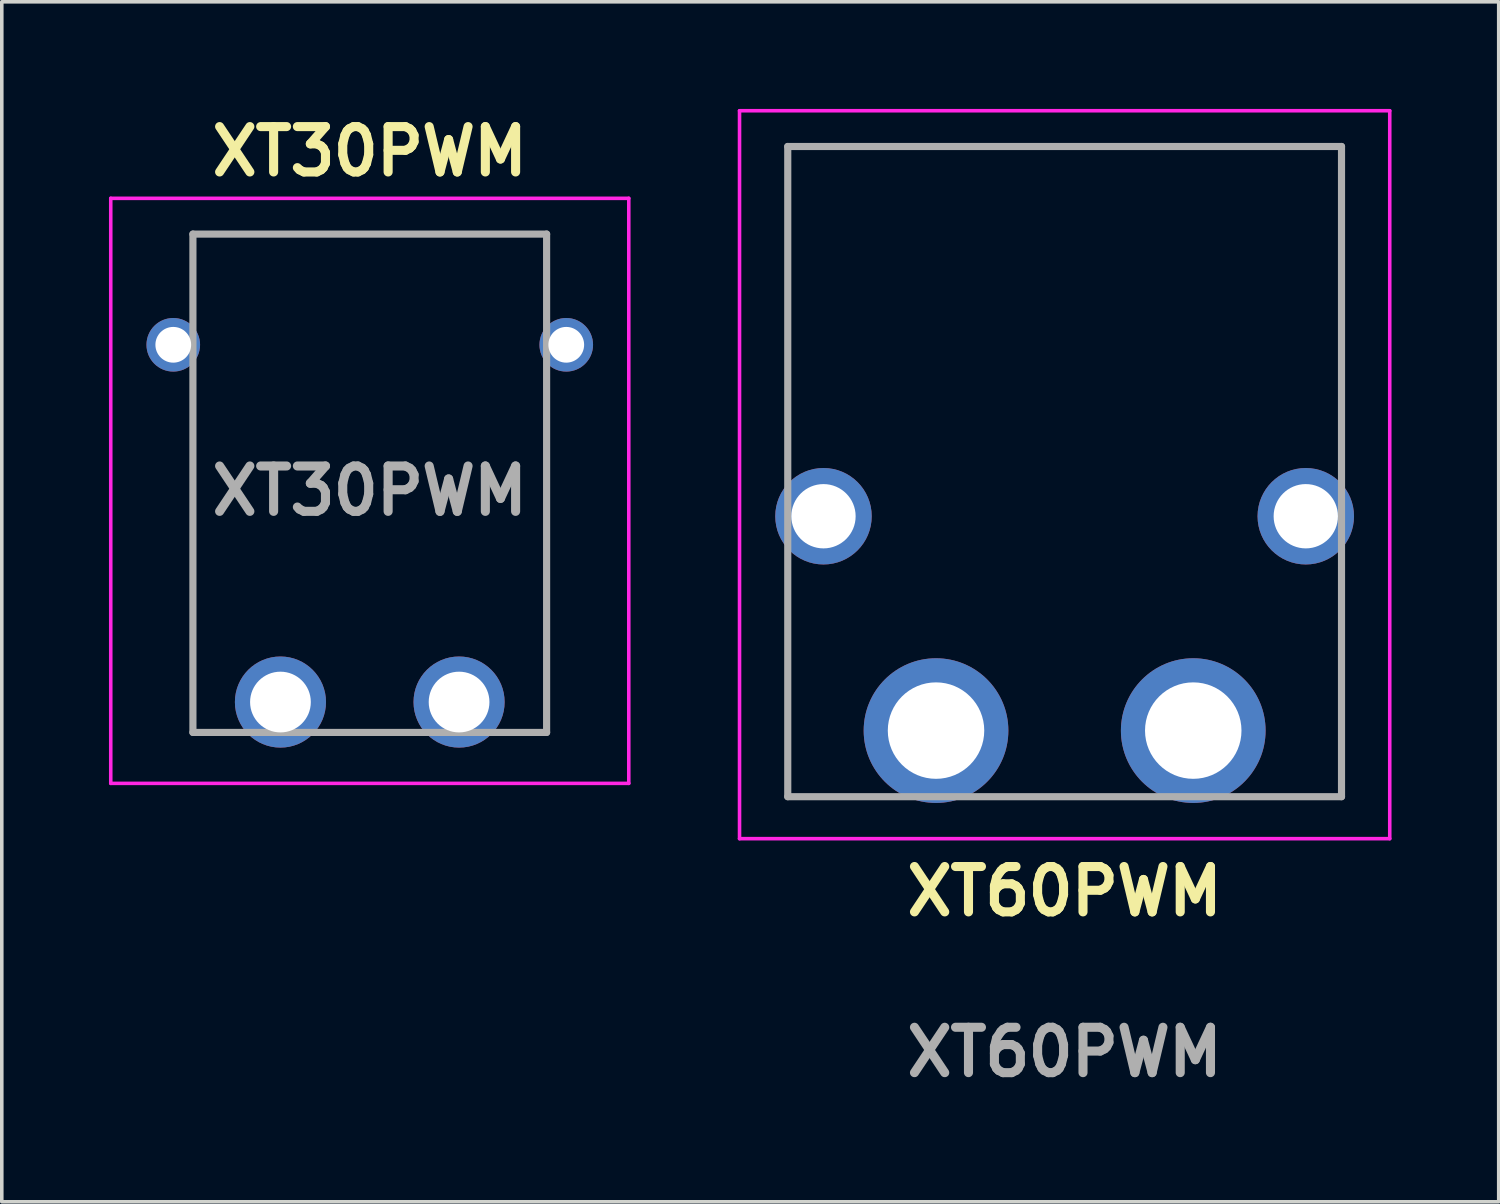
<source format=kicad_pcb>
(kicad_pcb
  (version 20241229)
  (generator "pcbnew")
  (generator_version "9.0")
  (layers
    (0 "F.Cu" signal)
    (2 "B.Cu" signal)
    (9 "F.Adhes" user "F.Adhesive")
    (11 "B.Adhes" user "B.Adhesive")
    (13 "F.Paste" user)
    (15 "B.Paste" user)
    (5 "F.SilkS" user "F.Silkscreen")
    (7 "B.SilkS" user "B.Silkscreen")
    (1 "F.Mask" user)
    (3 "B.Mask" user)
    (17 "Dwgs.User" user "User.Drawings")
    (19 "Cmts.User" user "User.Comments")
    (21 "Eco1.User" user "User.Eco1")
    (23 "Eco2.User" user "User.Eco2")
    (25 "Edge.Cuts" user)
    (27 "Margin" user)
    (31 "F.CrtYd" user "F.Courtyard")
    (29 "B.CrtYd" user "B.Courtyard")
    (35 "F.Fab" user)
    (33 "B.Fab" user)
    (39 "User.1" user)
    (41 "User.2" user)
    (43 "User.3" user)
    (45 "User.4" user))
  (footprint "XT60PWM"
    (layer "F.Cu")
    (at 26.75 17.4)
    (property "Reference" "XT60PWM" (at 0 4.5 0) (layer "F.SilkS") (effects (font (size 1.27 1.27) (thickness 0.254))))
    (attr through_hole)
    (fp_line (start -7.75 -16.35) (end 7.75 -16.35) (stroke (width 0.1) (type solid)) (layer "F.SilkS"))
    (fp_line (start -7.75 -7) (end -7.75 -16.35) (stroke (width 0.1) (type solid)) (layer "F.SilkS"))
    (fp_line (start -7.75 -3) (end -7.75 1.85) (stroke (width 0.1) (type solid)) (layer "F.SilkS"))
    (fp_line (start -7.75 1.85) (end -5.6 1.85) (stroke (width 0.1) (type solid)) (layer "F.SilkS"))
    (fp_line (start 5.4 1.85) (end 7.75 1.85) (stroke (width 0.1) (type solid)) (layer "F.SilkS"))
    (fp_line (start 7.75 -16.35) (end 7.75 -7) (stroke (width 0.1) (type solid)) (layer "F.SilkS"))
    (fp_line (start 7.75 1.85) (end 7.75 -3) (stroke (width 0.1) (type solid)) (layer "F.SilkS"))
    (fp_line (start -9.1 -17.35) (end 9.1 -17.35) (stroke (width 0.1) (type solid)) (layer "F.CrtYd"))
    (fp_line (start -9.1 3.025) (end -9.1 -17.35) (stroke (width 0.1) (type solid)) (layer "F.CrtYd"))
    (fp_line (start 9.1 -17.35) (end 9.1 3.025) (stroke (width 0.1) (type solid)) (layer "F.CrtYd"))
    (fp_line (start 9.1 3.025) (end -9.1 3.025) (stroke (width 0.1) (type solid)) (layer "F.CrtYd"))
    (fp_line (start -7.75 -16.35) (end 7.75 -16.35) (stroke (width 0.2) (type solid)) (layer "F.Fab"))
    (fp_line (start -7.75 1.85) (end -7.75 -16.35) (stroke (width 0.2) (type solid)) (layer "F.Fab"))
    (fp_line (start 7.75 -16.35) (end 7.75 1.85) (stroke (width 0.2) (type solid)) (layer "F.Fab"))
    (fp_line (start 7.75 1.85) (end -7.75 1.85) (stroke (width 0.2) (type solid)) (layer "F.Fab"))
    (fp_text user "${REFERENCE}" (at 0 9 0) (layer "F.Fab") (effects (font (size 1.27 1.27) (thickness 0.254))))
    (pad "1" thru_hole circle (at -3.6 0) (size 4.05 4.05) (drill 2.7) (layers "*.Cu" "*.Mask"))
    (pad "2" thru_hole circle (at 3.6 0) (size 4.05 4.05) (drill 2.7) (layers "*.Cu" "*.Mask"))
    (pad "3" thru_hole circle (at 6.75 -6) (size 2.7 2.7) (drill 1.8) (layers "*.Cu" "*.Mask"))
    (pad "4" thru_hole circle (at -6.75 -6) (size 2.7 2.7) (drill 1.8) (layers "*.Cu" "*.Mask")))
  (footprint "XT30PWM"
    (layer "F.Cu")
    (at 7.3 10.689)
    (property "Reference" "XT30PWM" (at 0 -9.5 0) (layer "F.SilkS") (effects (font (size 1.27 1.27) (thickness 0.254))))
    (attr through_hole)
    (fp_line (start -4.95 -7.187) (end 4.95 -7.187) (stroke (width 0.1) (type solid)) (layer "F.SilkS"))
    (fp_line (start -4.95 -5.237) (end -4.95 -7.187) (stroke (width 0.1) (type solid)) (layer "F.SilkS"))
    (fp_line (start -4.95 -2.737) (end -4.95 6.762) (stroke (width 0.1) (type solid)) (layer "F.SilkS"))
    (fp_line (start -4.95 6.762) (end -4 6.762) (stroke (width 0.1) (type solid)) (layer "F.SilkS"))
    (fp_line (start 4 6.762) (end 4.95 6.762) (stroke (width 0.1) (type solid)) (layer "F.SilkS"))
    (fp_line (start 4.95 -7.187) (end 4.95 -5.237) (stroke (width 0.1) (type solid)) (layer "F.SilkS"))
    (fp_line (start 4.95 6.762) (end 4.95 -2.737) (stroke (width 0.1) (type solid)) (layer "F.SilkS"))
    (fp_line (start -7.25 -8.188) (end 7.25 -8.188) (stroke (width 0.1) (type solid)) (layer "F.CrtYd"))
    (fp_line (start -7.25 8.188) (end -7.25 -8.188) (stroke (width 0.1) (type solid)) (layer "F.CrtYd"))
    (fp_line (start 7.25 -8.188) (end 7.25 8.188) (stroke (width 0.1) (type solid)) (layer "F.CrtYd"))
    (fp_line (start 7.25 8.188) (end -7.25 8.188) (stroke (width 0.1) (type solid)) (layer "F.CrtYd"))
    (fp_line (start -4.95 -7.187) (end 4.95 -7.187) (stroke (width 0.2) (type solid)) (layer "F.Fab"))
    (fp_line (start -4.95 6.762) (end -4.95 -7.187) (stroke (width 0.2) (type solid)) (layer "F.Fab"))
    (fp_line (start 4.95 -7.187) (end 4.95 6.762) (stroke (width 0.2) (type solid)) (layer "F.Fab"))
    (fp_line (start 4.95 6.762) (end -4.95 6.762) (stroke (width 0.2) (type solid)) (layer "F.Fab"))
    (fp_text user "${REFERENCE}" (at 0 0 0) (layer "F.Fab") (effects (font (size 1.27 1.27) (thickness 0.254))))
    (pad "1" thru_hole circle (at -2.5 5.912) (size 2.55 2.55) (drill 1.7) (layers "*.Cu" "*.Mask"))
    (pad "2" thru_hole circle (at 2.5 5.912) (size 2.55 2.55) (drill 1.7) (layers "*.Cu" "*.Mask"))
    (pad "3" thru_hole circle (at 5.5 -4.088) (size 1.5 1.5) (drill 1) (layers "*.Cu" "*.Mask"))
    (pad "4" thru_hole circle (at -5.5 -4.088) (size 1.5 1.5) (drill 1) (layers "*.Cu" "*.Mask")))
  (gr_rect
    (start -3 -3)
    (end 38.9 30.589)
    (stroke (width 0.1) (type default))
    (fill no)
    (layer "Edge.Cuts")))
</source>
